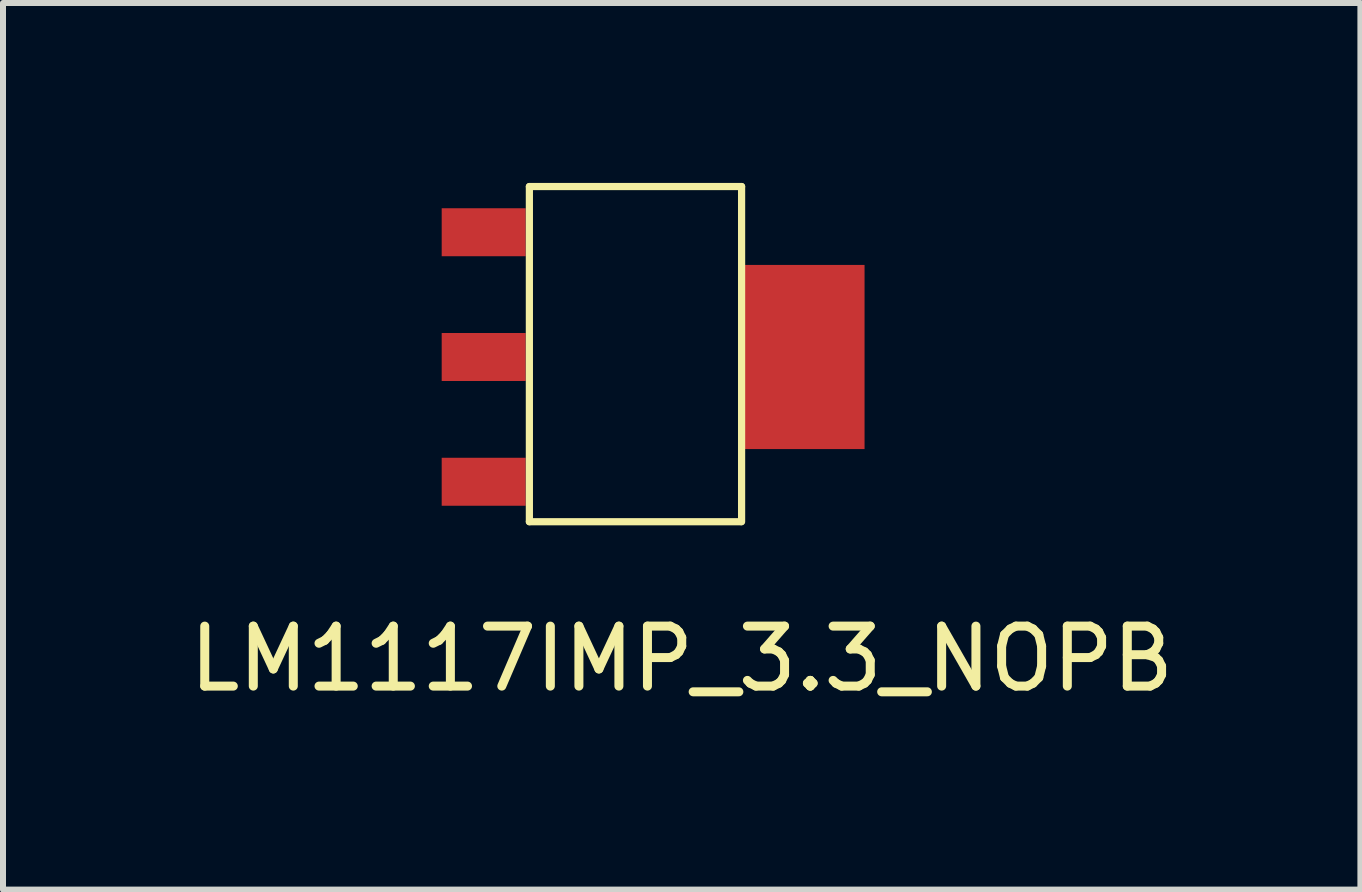
<source format=kicad_pcb>
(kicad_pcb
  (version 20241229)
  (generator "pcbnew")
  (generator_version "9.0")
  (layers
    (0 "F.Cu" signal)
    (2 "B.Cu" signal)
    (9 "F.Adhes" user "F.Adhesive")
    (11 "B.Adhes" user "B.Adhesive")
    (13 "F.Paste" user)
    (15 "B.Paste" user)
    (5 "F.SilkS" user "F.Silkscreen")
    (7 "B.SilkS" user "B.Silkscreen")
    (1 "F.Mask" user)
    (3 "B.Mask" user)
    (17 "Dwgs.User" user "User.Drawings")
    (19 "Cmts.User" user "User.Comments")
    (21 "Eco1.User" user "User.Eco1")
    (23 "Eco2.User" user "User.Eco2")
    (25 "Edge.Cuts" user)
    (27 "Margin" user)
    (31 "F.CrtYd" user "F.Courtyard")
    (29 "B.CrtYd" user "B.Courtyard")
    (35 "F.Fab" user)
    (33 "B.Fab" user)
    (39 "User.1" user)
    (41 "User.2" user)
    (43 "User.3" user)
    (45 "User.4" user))
  (footprint "LM1117IMP_3.3_NOPB"
    (layer "F.Cu")
    (at 7.706 3.87)
    (property "Reference" "LM1117IMP_3.3_NOPB" (at 0.61 4.064 0) (layer "F.SilkS") (effects (font (size 1 1) (thickness 0.15))))
    (attr through_hole)
    (fp_line (start -1.93 -3.81) (end 1.608 -3.81) (stroke (width 0.12) (type solid)) (layer "F.SilkS"))
    (fp_line (start -1.93 1.778) (end -1.93 -3.81) (stroke (width 0.12) (type solid)) (layer "F.SilkS"))
    (fp_line (start 1.6 1.778) (end -1.93 1.778) (stroke (width 0.12) (type solid)) (layer "F.SilkS"))
    (fp_line (start 1.608 -3.81) (end 1.608 1.778) (stroke (width 0.12) (type solid)) (layer "F.SilkS"))
    (pad "1" smd rect (at -2.692 -3.048) (size 1.4 0.8) (layers "F.Cu" "F.Mask" "F.Paste"))
    (pad "2" smd rect (at -2.692 -0.968) (size 1.4 0.8) (layers "F.Cu" "F.Mask" "F.Paste"))
    (pad "2" smd rect (at 2.608 -0.968) (size 2.1 3.07) (layers "F.Cu" "F.Mask" "F.Paste"))
    (pad "3" smd rect (at -2.692 1.112) (size 1.4 0.8) (layers "F.Cu" "F.Mask" "F.Paste")))
  (gr_rect
    (start -3 -3)
    (end 19.631 11.782)
    (stroke (width 0.1) (type default))
    (fill no)
    (layer "Edge.Cuts")))
</source>
